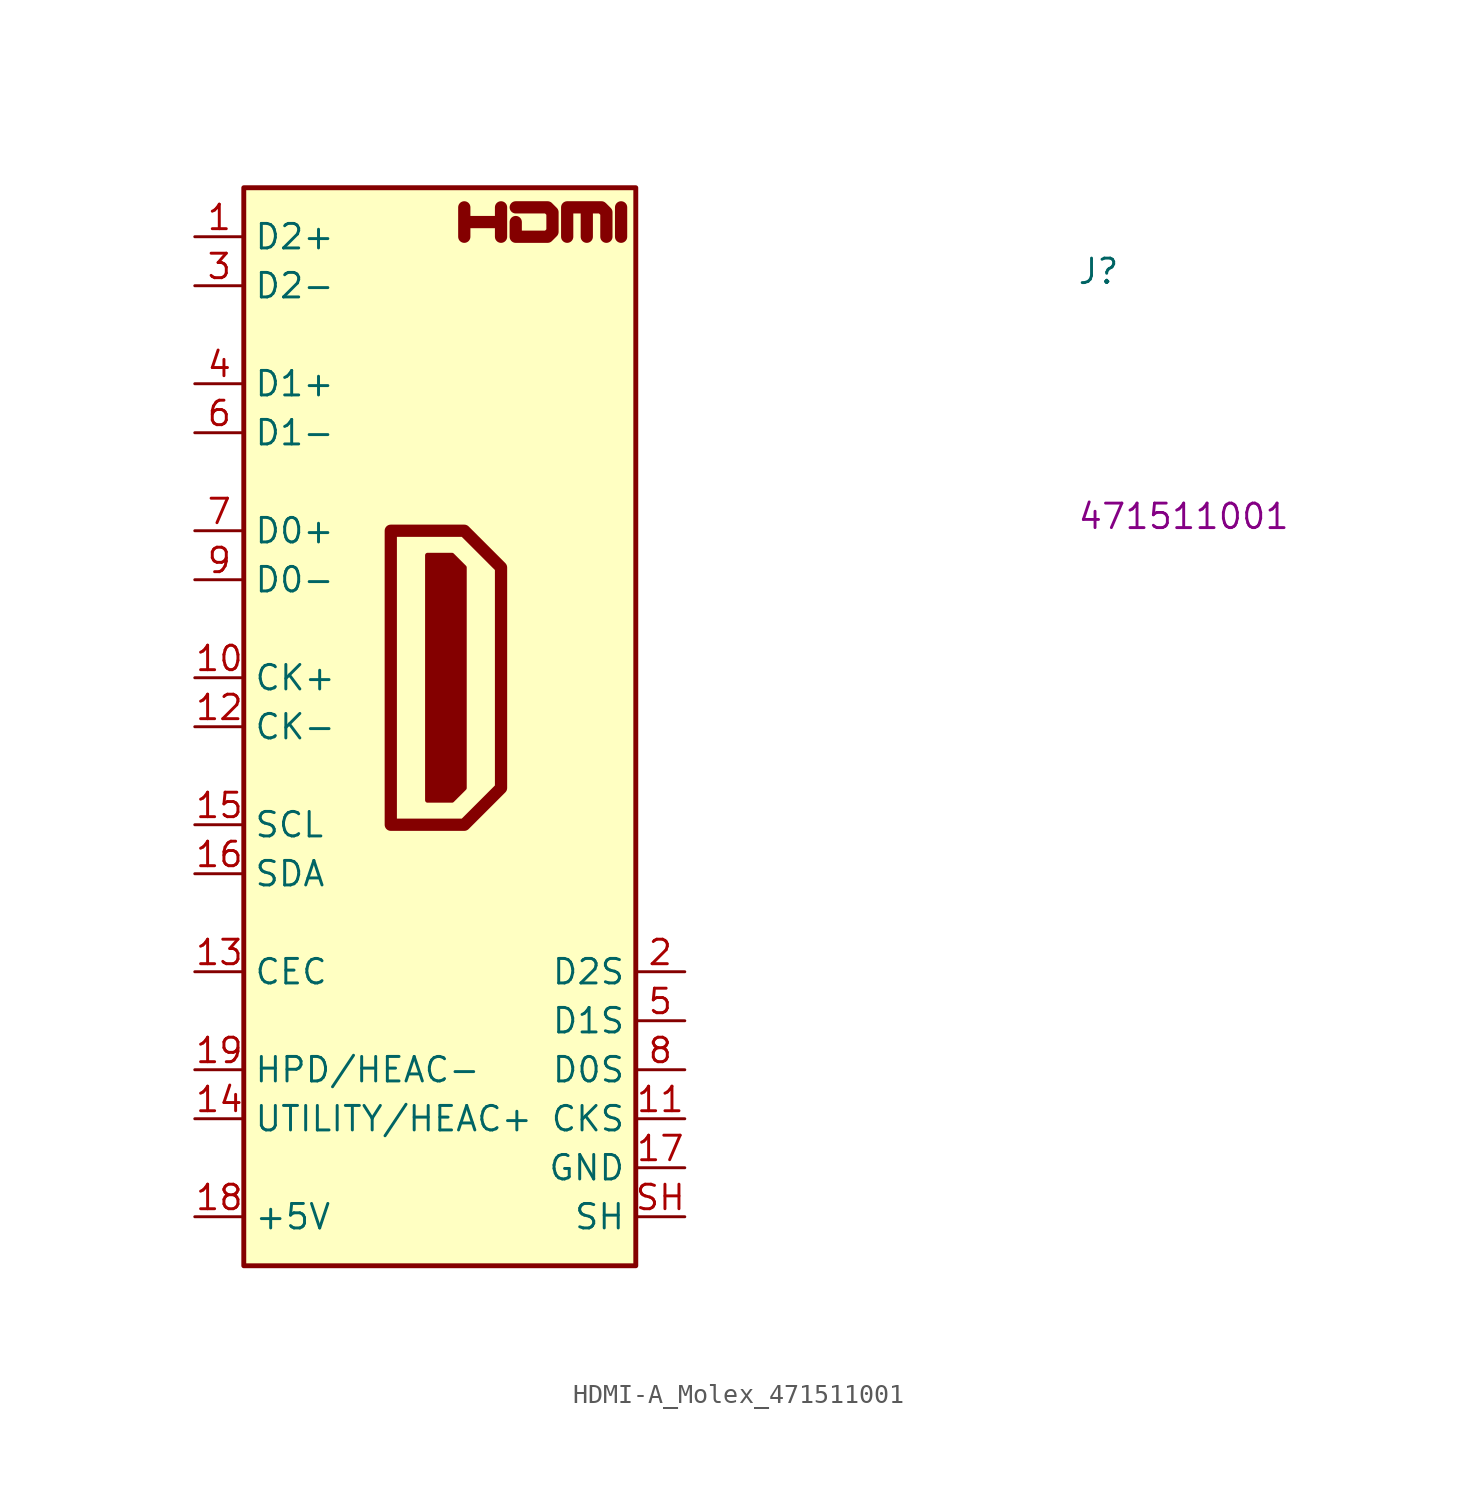
<source format=kicad_sym>
(kicad_symbol_lib
  (version 20220914)
  (generator kicad_symbol_editor)
  (symbol "HDMI-A_Molex_471511001"
    (property "Reference" "J"
      (at 45.72 -2.54 0)
      (effects (font (size 1.27 1.27) (thickness 0.15)) (justify left bottom)))
    (property "MPN" "471511001"
      (at 45.72 -15.24 0)
      (effects (font (size 1.27 1.27) (thickness 0.15)) (justify left bottom)))
    (symbol "HDMI-A_Molex_471511001_0_0"
      (polyline (pts (xy 22.098 0) (xy 22.098 1.524)) (stroke (width 0.635) (type default)) (fill (type none)))
      (polyline (pts (xy 13.97 0) (xy 13.97 1.524) (xy 13.97 0.762) (xy 15.875 0.762) (xy 15.875 1.524) (xy 15.875 0)) (stroke (width 0.635) (type default)) (fill (type none)))
      (polyline (pts (xy 16.637 1.524) (xy 18.288 1.524) (xy 18.542 1.27) (xy 18.542 0.254) (xy 18.288 0) (xy 16.637 0) (xy 16.637 0.762)) (stroke (width 0.635) (type default)) (fill (type none))))
    (symbol "HDMI-A_Molex_471511001_0_1"
      (polyline (pts (xy 10.16 -15.24) (xy 13.97 -15.24) (xy 15.875 -17.145) (xy 15.875 -28.575) (xy 13.97 -30.48) (xy 10.16 -30.48) (xy 10.16 -15.24)) (stroke (width 0.635) (type default)) (fill (type none)))
      (polyline (pts (xy 12.065 -16.51) (xy 13.335 -16.51) (xy 13.97 -17.145) (xy 13.97 -28.575) (xy 13.335 -29.21) (xy 12.065 -29.21) (xy 12.065 -16.51)) (stroke (width 0.254) (type default)) (fill (type outline)))
      (polyline (pts (xy 19.304 0) (xy 19.304 1.524) (xy 20.32 1.524) (xy 20.32 0) (xy 20.32 1.524) (xy 21.082 1.524) (xy 21.336 1.27) (xy 21.336 0)) (stroke (width 0.635) (type default)) (fill (type none))))
    (symbol "HDMI-A_Molex_471511001_1_1"
      (rectangle (start 2.54 2.54) (end 22.86 -53.34) (stroke (width 0.254) (type default)) (fill (type background)))
      (pin bidirectional line (at 0 0 0) (length 2.54) (name "D2+" (effects (font (size 1.27 1.27)))) (number "1" (effects (font (size 1.27 1.27)))))
      (pin bidirectional line (at 0 -22.86 0) (length 2.54) (name "CK+" (effects (font (size 1.27 1.27)))) (number "10" (effects (font (size 1.27 1.27)))))
      (pin passive line (at 25.4 -45.72 180) (length 2.54) (name "CKS" (effects (font (size 1.27 1.27)))) (number "11" (effects (font (size 1.27 1.27)))))
      (pin bidirectional line (at 0 -25.4 0) (length 2.54) (name "CK-" (effects (font (size 1.27 1.27)))) (number "12" (effects (font (size 1.27 1.27)))))
      (pin bidirectional line (at 0 -38.1 0) (length 2.54) (name "CEC" (effects (font (size 1.27 1.27)))) (number "13" (effects (font (size 1.27 1.27)))))
      (pin bidirectional line (at 0 -45.72 0) (length 2.54) (name "UTILITY/HEAC+" (effects (font (size 1.27 1.27)))) (number "14" (effects (font (size 1.27 1.27)))) (alternate "HEAC+" passive line) (alternate "UTILITY" passive line))
      (pin bidirectional line (at 0 -30.48 0) (length 2.54) (name "SCL" (effects (font (size 1.27 1.27)))) (number "15" (effects (font (size 1.27 1.27)))))
      (pin bidirectional line (at 0 -33.02 0) (length 2.54) (name "SDA" (effects (font (size 1.27 1.27)))) (number "16" (effects (font (size 1.27 1.27)))))
      (pin power_in line (at 25.4 -48.26 180) (length 2.54) (name "GND" (effects (font (size 1.27 1.27)))) (number "17" (effects (font (size 1.27 1.27)))))
      (pin power_in line (at 0 -50.8 0) (length 2.54) (name "+5V" (effects (font (size 1.27 1.27)))) (number "18" (effects (font (size 1.27 1.27)))))
      (pin bidirectional line (at 0 -43.18 0) (length 2.54) (name "HPD/HEAC-" (effects (font (size 1.27 1.27)))) (number "19" (effects (font (size 1.27 1.27)))) (alternate "HEAC-" passive line) (alternate "HPD" passive line))
      (pin passive line (at 25.4 -38.1 180) (length 2.54) (name "D2S" (effects (font (size 1.27 1.27)))) (number "2" (effects (font (size 1.27 1.27)))))
      (pin bidirectional line (at 0 -2.54 0) (length 2.54) (name "D2-" (effects (font (size 1.27 1.27)))) (number "3" (effects (font (size 1.27 1.27)))))
      (pin bidirectional line (at 0 -7.62 0) (length 2.54) (name "D1+" (effects (font (size 1.27 1.27)))) (number "4" (effects (font (size 1.27 1.27)))))
      (pin passive line (at 25.4 -40.64 180) (length 2.54) (name "D1S" (effects (font (size 1.27 1.27)))) (number "5" (effects (font (size 1.27 1.27)))))
      (pin bidirectional line (at 0 -10.16 0) (length 2.54) (name "D1-" (effects (font (size 1.27 1.27)))) (number "6" (effects (font (size 1.27 1.27)))))
      (pin bidirectional line (at 0 -15.24 0) (length 2.54) (name "D0+" (effects (font (size 1.27 1.27)))) (number "7" (effects (font (size 1.27 1.27)))))
      (pin passive line (at 25.4 -43.18 180) (length 2.54) (name "D0S" (effects (font (size 1.27 1.27)))) (number "8" (effects (font (size 1.27 1.27)))))
      (pin bidirectional line (at 0 -17.78 0) (length 2.54) (name "D0-" (effects (font (size 1.27 1.27)))) (number "9" (effects (font (size 1.27 1.27)))))
      (pin passive line (at 25.4 -50.8 180) (length 2.54) (name "SH" (effects (font (size 1.27 1.27)))) (number "SH" (effects (font (size 1.27 1.27))))))))
</source>
